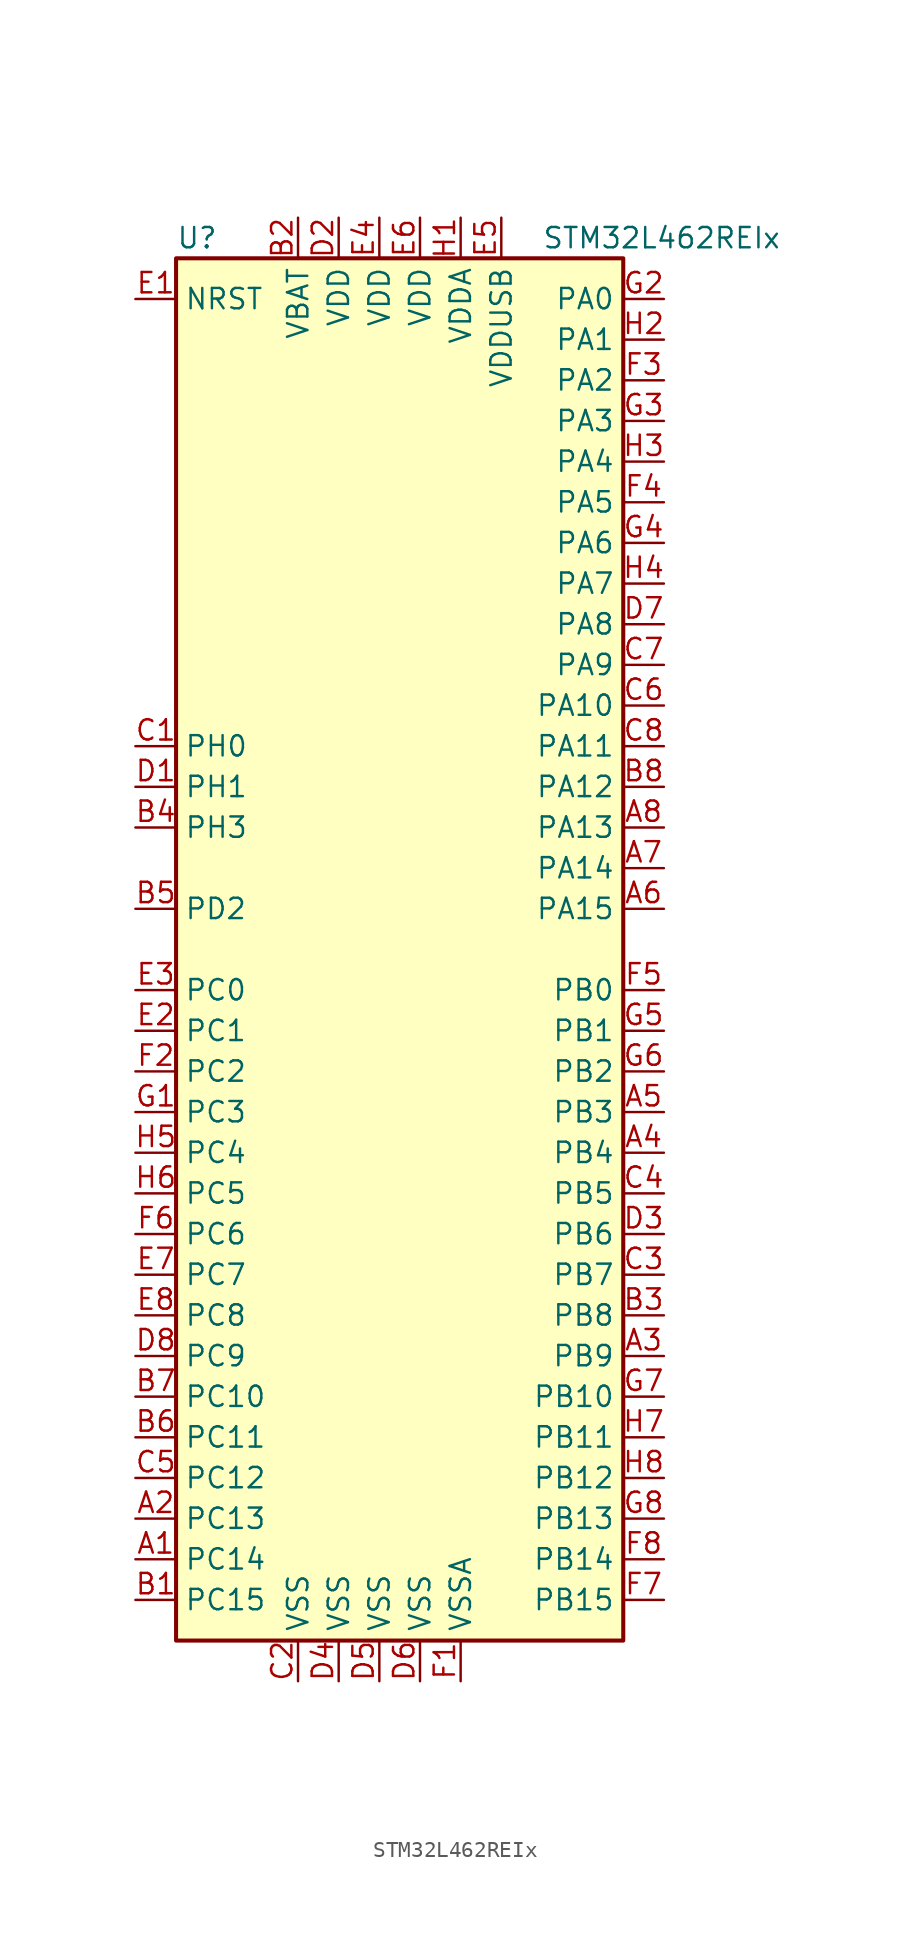
<source format=kicad_sym>
(kicad_symbol_lib
  (version 20220914)
  (generator kicad_symbol_editor)
  (symbol "STM32L462REIx"
    (property "Reference" "U"
      (at -15.24 44.45 0)
      (effects (font (size 1.27 1.27)) (justify left)))
    (property "Value" "STM32L462REIx"
      (at 7.62 44.45 0)
      (effects (font (size 1.27 1.27)) (justify left)))
    (symbol "STM32L462REIx_0_1"
      (rectangle (start -15.24 -43.18) (end 12.7 43.18) (stroke (width 0.254) (type default)) (fill (type background))))
    (symbol "STM32L462REIx_1_1"
      (pin bidirectional line (at -17.78 -38.1 0) (length 2.54) (name "PC14" (effects (font (size 1.27 1.27)))) (number "A1" (effects (font (size 1.27 1.27)))))
      (pin bidirectional line (at -17.78 -35.56 0) (length 2.54) (name "PC13" (effects (font (size 1.27 1.27)))) (number "A2" (effects (font (size 1.27 1.27)))))
      (pin bidirectional line (at 15.24 -25.4 180) (length 2.54) (name "PB9" (effects (font (size 1.27 1.27)))) (number "A3" (effects (font (size 1.27 1.27)))))
      (pin bidirectional line (at 15.24 -12.7 180) (length 2.54) (name "PB4" (effects (font (size 1.27 1.27)))) (number "A4" (effects (font (size 1.27 1.27)))))
      (pin bidirectional line (at 15.24 -10.16 180) (length 2.54) (name "PB3" (effects (font (size 1.27 1.27)))) (number "A5" (effects (font (size 1.27 1.27)))))
      (pin bidirectional line (at 15.24 2.54 180) (length 2.54) (name "PA15" (effects (font (size 1.27 1.27)))) (number "A6" (effects (font (size 1.27 1.27)))))
      (pin bidirectional line (at 15.24 5.08 180) (length 2.54) (name "PA14" (effects (font (size 1.27 1.27)))) (number "A7" (effects (font (size 1.27 1.27)))))
      (pin bidirectional line (at 15.24 7.62 180) (length 2.54) (name "PA13" (effects (font (size 1.27 1.27)))) (number "A8" (effects (font (size 1.27 1.27)))))
      (pin bidirectional line (at -17.78 -40.64 0) (length 2.54) (name "PC15" (effects (font (size 1.27 1.27)))) (number "B1" (effects (font (size 1.27 1.27)))))
      (pin power_in line (at -7.62 45.72 270) (length 2.54) (name "VBAT" (effects (font (size 1.27 1.27)))) (number "B2" (effects (font (size 1.27 1.27)))))
      (pin bidirectional line (at 15.24 -22.86 180) (length 2.54) (name "PB8" (effects (font (size 1.27 1.27)))) (number "B3" (effects (font (size 1.27 1.27)))))
      (pin bidirectional line (at -17.78 7.62 0) (length 2.54) (name "PH3" (effects (font (size 1.27 1.27)))) (number "B4" (effects (font (size 1.27 1.27)))))
      (pin bidirectional line (at -17.78 2.54 0) (length 2.54) (name "PD2" (effects (font (size 1.27 1.27)))) (number "B5" (effects (font (size 1.27 1.27)))))
      (pin bidirectional line (at -17.78 -30.48 0) (length 2.54) (name "PC11" (effects (font (size 1.27 1.27)))) (number "B6" (effects (font (size 1.27 1.27)))))
      (pin bidirectional line (at -17.78 -27.94 0) (length 2.54) (name "PC10" (effects (font (size 1.27 1.27)))) (number "B7" (effects (font (size 1.27 1.27)))))
      (pin bidirectional line (at 15.24 10.16 180) (length 2.54) (name "PA12" (effects (font (size 1.27 1.27)))) (number "B8" (effects (font (size 1.27 1.27)))))
      (pin input line (at -17.78 12.7 0) (length 2.54) (name "PH0" (effects (font (size 1.27 1.27)))) (number "C1" (effects (font (size 1.27 1.27)))))
      (pin power_in line (at -7.62 -45.72 90) (length 2.54) (name "VSS" (effects (font (size 1.27 1.27)))) (number "C2" (effects (font (size 1.27 1.27)))))
      (pin bidirectional line (at 15.24 -20.32 180) (length 2.54) (name "PB7" (effects (font (size 1.27 1.27)))) (number "C3" (effects (font (size 1.27 1.27)))))
      (pin bidirectional line (at 15.24 -15.24 180) (length 2.54) (name "PB5" (effects (font (size 1.27 1.27)))) (number "C4" (effects (font (size 1.27 1.27)))))
      (pin bidirectional line (at -17.78 -33.02 0) (length 2.54) (name "PC12" (effects (font (size 1.27 1.27)))) (number "C5" (effects (font (size 1.27 1.27)))))
      (pin bidirectional line (at 15.24 15.24 180) (length 2.54) (name "PA10" (effects (font (size 1.27 1.27)))) (number "C6" (effects (font (size 1.27 1.27)))))
      (pin bidirectional line (at 15.24 17.78 180) (length 2.54) (name "PA9" (effects (font (size 1.27 1.27)))) (number "C7" (effects (font (size 1.27 1.27)))))
      (pin bidirectional line (at 15.24 12.7 180) (length 2.54) (name "PA11" (effects (font (size 1.27 1.27)))) (number "C8" (effects (font (size 1.27 1.27)))))
      (pin input line (at -17.78 10.16 0) (length 2.54) (name "PH1" (effects (font (size 1.27 1.27)))) (number "D1" (effects (font (size 1.27 1.27)))))
      (pin power_in line (at -5.08 45.72 270) (length 2.54) (name "VDD" (effects (font (size 1.27 1.27)))) (number "D2" (effects (font (size 1.27 1.27)))))
      (pin bidirectional line (at 15.24 -17.78 180) (length 2.54) (name "PB6" (effects (font (size 1.27 1.27)))) (number "D3" (effects (font (size 1.27 1.27)))))
      (pin power_in line (at -5.08 -45.72 90) (length 2.54) (name "VSS" (effects (font (size 1.27 1.27)))) (number "D4" (effects (font (size 1.27 1.27)))))
      (pin power_in line (at -2.54 -45.72 90) (length 2.54) (name "VSS" (effects (font (size 1.27 1.27)))) (number "D5" (effects (font (size 1.27 1.27)))))
      (pin power_in line (at 0 -45.72 90) (length 2.54) (name "VSS" (effects (font (size 1.27 1.27)))) (number "D6" (effects (font (size 1.27 1.27)))))
      (pin bidirectional line (at 15.24 20.32 180) (length 2.54) (name "PA8" (effects (font (size 1.27 1.27)))) (number "D7" (effects (font (size 1.27 1.27)))))
      (pin bidirectional line (at -17.78 -25.4 0) (length 2.54) (name "PC9" (effects (font (size 1.27 1.27)))) (number "D8" (effects (font (size 1.27 1.27)))))
      (pin input line (at -17.78 40.64 0) (length 2.54) (name "NRST" (effects (font (size 1.27 1.27)))) (number "E1" (effects (font (size 1.27 1.27)))))
      (pin bidirectional line (at -17.78 -5.08 0) (length 2.54) (name "PC1" (effects (font (size 1.27 1.27)))) (number "E2" (effects (font (size 1.27 1.27)))))
      (pin bidirectional line (at -17.78 -2.54 0) (length 2.54) (name "PC0" (effects (font (size 1.27 1.27)))) (number "E3" (effects (font (size 1.27 1.27)))))
      (pin power_in line (at -2.54 45.72 270) (length 2.54) (name "VDD" (effects (font (size 1.27 1.27)))) (number "E4" (effects (font (size 1.27 1.27)))))
      (pin power_in line (at 5.08 45.72 270) (length 2.54) (name "VDDUSB" (effects (font (size 1.27 1.27)))) (number "E5" (effects (font (size 1.27 1.27)))))
      (pin power_in line (at 0 45.72 270) (length 2.54) (name "VDD" (effects (font (size 1.27 1.27)))) (number "E6" (effects (font (size 1.27 1.27)))))
      (pin bidirectional line (at -17.78 -20.32 0) (length 2.54) (name "PC7" (effects (font (size 1.27 1.27)))) (number "E7" (effects (font (size 1.27 1.27)))))
      (pin bidirectional line (at -17.78 -22.86 0) (length 2.54) (name "PC8" (effects (font (size 1.27 1.27)))) (number "E8" (effects (font (size 1.27 1.27)))))
      (pin power_in line (at 2.54 -45.72 90) (length 2.54) (name "VSSA" (effects (font (size 1.27 1.27)))) (number "F1" (effects (font (size 1.27 1.27)))))
      (pin bidirectional line (at -17.78 -7.62 0) (length 2.54) (name "PC2" (effects (font (size 1.27 1.27)))) (number "F2" (effects (font (size 1.27 1.27)))))
      (pin bidirectional line (at 15.24 35.56 180) (length 2.54) (name "PA2" (effects (font (size 1.27 1.27)))) (number "F3" (effects (font (size 1.27 1.27)))))
      (pin bidirectional line (at 15.24 27.94 180) (length 2.54) (name "PA5" (effects (font (size 1.27 1.27)))) (number "F4" (effects (font (size 1.27 1.27)))))
      (pin bidirectional line (at 15.24 -2.54 180) (length 2.54) (name "PB0" (effects (font (size 1.27 1.27)))) (number "F5" (effects (font (size 1.27 1.27)))))
      (pin bidirectional line (at -17.78 -17.78 0) (length 2.54) (name "PC6" (effects (font (size 1.27 1.27)))) (number "F6" (effects (font (size 1.27 1.27)))))
      (pin bidirectional line (at 15.24 -40.64 180) (length 2.54) (name "PB15" (effects (font (size 1.27 1.27)))) (number "F7" (effects (font (size 1.27 1.27)))))
      (pin bidirectional line (at 15.24 -38.1 180) (length 2.54) (name "PB14" (effects (font (size 1.27 1.27)))) (number "F8" (effects (font (size 1.27 1.27)))))
      (pin bidirectional line (at -17.78 -10.16 0) (length 2.54) (name "PC3" (effects (font (size 1.27 1.27)))) (number "G1" (effects (font (size 1.27 1.27)))))
      (pin bidirectional line (at 15.24 40.64 180) (length 2.54) (name "PA0" (effects (font (size 1.27 1.27)))) (number "G2" (effects (font (size 1.27 1.27)))))
      (pin bidirectional line (at 15.24 33.02 180) (length 2.54) (name "PA3" (effects (font (size 1.27 1.27)))) (number "G3" (effects (font (size 1.27 1.27)))))
      (pin bidirectional line (at 15.24 25.4 180) (length 2.54) (name "PA6" (effects (font (size 1.27 1.27)))) (number "G4" (effects (font (size 1.27 1.27)))))
      (pin bidirectional line (at 15.24 -5.08 180) (length 2.54) (name "PB1" (effects (font (size 1.27 1.27)))) (number "G5" (effects (font (size 1.27 1.27)))))
      (pin bidirectional line (at 15.24 -7.62 180) (length 2.54) (name "PB2" (effects (font (size 1.27 1.27)))) (number "G6" (effects (font (size 1.27 1.27)))))
      (pin bidirectional line (at 15.24 -27.94 180) (length 2.54) (name "PB10" (effects (font (size 1.27 1.27)))) (number "G7" (effects (font (size 1.27 1.27)))))
      (pin bidirectional line (at 15.24 -35.56 180) (length 2.54) (name "PB13" (effects (font (size 1.27 1.27)))) (number "G8" (effects (font (size 1.27 1.27)))))
      (pin power_in line (at 2.54 45.72 270) (length 2.54) (name "VDDA" (effects (font (size 1.27 1.27)))) (number "H1" (effects (font (size 1.27 1.27)))))
      (pin bidirectional line (at 15.24 38.1 180) (length 2.54) (name "PA1" (effects (font (size 1.27 1.27)))) (number "H2" (effects (font (size 1.27 1.27)))))
      (pin bidirectional line (at 15.24 30.48 180) (length 2.54) (name "PA4" (effects (font (size 1.27 1.27)))) (number "H3" (effects (font (size 1.27 1.27)))))
      (pin bidirectional line (at 15.24 22.86 180) (length 2.54) (name "PA7" (effects (font (size 1.27 1.27)))) (number "H4" (effects (font (size 1.27 1.27)))))
      (pin bidirectional line (at -17.78 -12.7 0) (length 2.54) (name "PC4" (effects (font (size 1.27 1.27)))) (number "H5" (effects (font (size 1.27 1.27)))))
      (pin bidirectional line (at -17.78 -15.24 0) (length 2.54) (name "PC5" (effects (font (size 1.27 1.27)))) (number "H6" (effects (font (size 1.27 1.27)))))
      (pin bidirectional line (at 15.24 -30.48 180) (length 2.54) (name "PB11" (effects (font (size 1.27 1.27)))) (number "H7" (effects (font (size 1.27 1.27)))))
      (pin bidirectional line (at 15.24 -33.02 180) (length 2.54) (name "PB12" (effects (font (size 1.27 1.27)))) (number "H8" (effects (font (size 1.27 1.27))))))))
</source>
